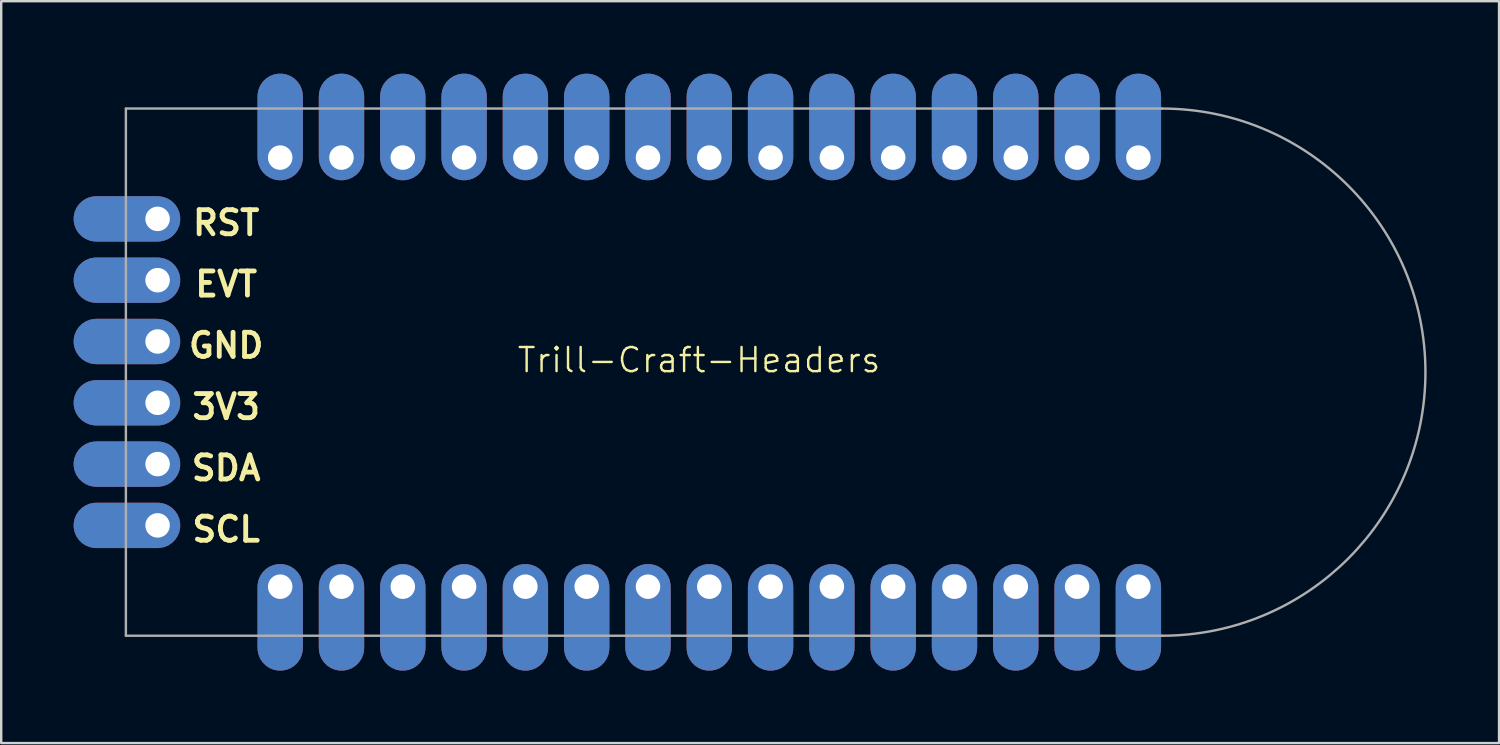
<source format=kicad_pcb>
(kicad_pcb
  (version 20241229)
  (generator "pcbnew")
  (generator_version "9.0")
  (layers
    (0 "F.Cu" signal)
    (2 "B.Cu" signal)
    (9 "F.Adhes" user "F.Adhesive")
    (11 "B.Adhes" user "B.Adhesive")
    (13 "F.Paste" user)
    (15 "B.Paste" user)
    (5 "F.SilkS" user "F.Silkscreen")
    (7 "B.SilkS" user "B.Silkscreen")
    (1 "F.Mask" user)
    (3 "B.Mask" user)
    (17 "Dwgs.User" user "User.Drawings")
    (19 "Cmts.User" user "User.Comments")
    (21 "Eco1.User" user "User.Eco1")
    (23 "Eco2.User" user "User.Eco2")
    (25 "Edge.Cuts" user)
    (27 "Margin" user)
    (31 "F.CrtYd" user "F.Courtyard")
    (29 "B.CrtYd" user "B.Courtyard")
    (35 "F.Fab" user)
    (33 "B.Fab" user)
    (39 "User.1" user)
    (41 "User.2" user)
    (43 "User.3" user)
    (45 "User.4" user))
  (footprint "Trill-Craft-Headers"
    (layer "F.Cu")
    (at 25.915 12.37)
    (property "Reference" "Trill-Craft-Headers" (at 0 -0.5 0) (unlocked yes) (layer "F.SilkS") (effects (font (size 1 1) (thickness 0.1))))
    (attr through_hole)
    (fp_line (start -23.749 -10.922) (end 19.177 -10.922) (stroke (width 0.1) (type default)) (layer "F.Fab"))
    (fp_line (start -23.749 10.922) (end -23.749 -10.922) (stroke (width 0.1) (type default)) (layer "F.Fab"))
    (fp_line (start 19.177 10.922) (end -23.749 10.922) (stroke (width 0.1) (type default)) (layer "F.Fab"))
    (fp_arc (start 19.177 -10.922) (mid 30.099 0) (end 19.177 10.922) (stroke (width 0.1) (type default)) (layer "F.Fab"))
    (fp_text user "SCL" (at -21.106 7.1 0) (unlocked yes) (layer "F.SilkS") (effects (font (size 1 1) (thickness 0.2) (bold yes)) (justify left bottom)))
    (fp_text user "3V3" (at -21.106 2.02 0) (unlocked yes) (layer "F.SilkS") (effects (font (size 1 1) (thickness 0.2) (bold yes)) (justify left bottom)))
    (fp_text user "GND" (at -21.249 -0.52 0) (unlocked yes) (layer "F.SilkS") (effects (font (size 1 1) (thickness 0.2) (bold yes)) (justify left bottom)))
    (fp_text user "RST" (at -21.082 -5.6 0) (unlocked yes) (layer "F.SilkS") (effects (font (size 1 1) (thickness 0.2) (bold yes)) (justify left bottom)))
    (fp_text user "EVT" (at -20.987 -3.06 0) (unlocked yes) (layer "F.SilkS") (effects (font (size 1 1) (thickness 0.2) (bold yes)) (justify left bottom)))
    (fp_text user "SDA" (at -21.13 4.56 0) (unlocked yes) (layer "F.SilkS") (effects (font (size 1 1) (thickness 0.2) (bold yes)) (justify left bottom)))
    (pad "0" thru_hole custom (at -17.355 8.89 90) (size 1.88 1.88) (drill 1.016) (layers "*.Cu" "*.Mask") (options (anchor circle)) (primitives (gr_rect (start -2.54 -0.94) (end 0 0.94) (width 0) (fill yes)) (gr_circle (center -2.54 0) (end -1.6 0) (width 0) (fill yes))))
    (pad "1" thru_hole custom (at -14.815 8.89 90) (size 1.88 1.88) (drill 1.016) (layers "*.Cu" "*.Mask") (options (anchor circle)) (primitives (gr_rect (start -2.54 -0.94) (end 0 0.94) (width 0) (fill yes)) (gr_circle (center -2.54 0) (end -1.6 0) (width 0) (fill yes))))
    (pad "2" thru_hole custom (at -12.275 8.89 90) (size 1.88 1.88) (drill 1.016) (layers "*.Cu" "*.Mask") (options (anchor circle)) (primitives (gr_rect (start -2.54 -0.94) (end 0 0.94) (width 0) (fill yes)) (gr_circle (center -2.54 0) (end -1.6 0) (width 0) (fill yes))))
    (pad "3" thru_hole custom (at -9.735 8.89 90) (size 1.88 1.88) (drill 1.016) (layers "*.Cu" "*.Mask") (options (anchor circle)) (primitives (gr_rect (start -2.54 -0.94) (end 0 0.94) (width 0) (fill yes)) (gr_circle (center -2.54 0) (end -1.6 0) (width 0) (fill yes))))
    (pad "4" thru_hole custom (at -7.195 8.89 90) (size 1.88 1.88) (drill 1.016) (layers "*.Cu" "*.Mask") (options (anchor circle)) (primitives (gr_rect (start -2.54 -0.94) (end 0 0.94) (width 0) (fill yes)) (gr_circle (center -2.54 0) (end -1.6 0) (width 0) (fill yes))))
    (pad "5" thru_hole custom (at -4.655 8.89 90) (size 1.88 1.88) (drill 1.016) (layers "*.Cu" "*.Mask") (options (anchor circle)) (primitives (gr_rect (start -2.54 -0.94) (end 0 0.94) (width 0) (fill yes)) (gr_circle (center -2.54 0) (end -1.6 0) (width 0) (fill yes))))
    (pad "6" thru_hole custom (at -2.115 8.89 90) (size 1.88 1.88) (drill 1.016) (layers "*.Cu" "*.Mask") (options (anchor circle)) (primitives (gr_rect (start -2.54 -0.94) (end 0 0.94) (width 0) (fill yes)) (gr_circle (center -2.54 0) (end -1.6 0) (width 0) (fill yes))))
    (pad "7" thru_hole custom (at 0.425 8.89 90) (size 1.88 1.88) (drill 1.016) (layers "*.Cu" "*.Mask") (options (anchor circle)) (primitives (gr_rect (start -2.54 -0.94) (end 0 0.94) (width 0) (fill yes)) (gr_circle (center -2.54 0) (end -1.6 0) (width 0) (fill yes))))
    (pad "8" thru_hole custom (at 2.965 8.89 90) (size 1.88 1.88) (drill 1.016) (layers "*.Cu" "*.Mask") (options (anchor circle)) (primitives (gr_rect (start -2.54 -0.94) (end 0 0.94) (width 0) (fill yes)) (gr_circle (center -2.54 0) (end -1.6 0) (width 0) (fill yes))))
    (pad "9" thru_hole custom (at 5.505 8.89 90) (size 1.88 1.88) (drill 1.016) (layers "*.Cu" "*.Mask") (options (anchor circle)) (primitives (gr_rect (start -2.54 -0.94) (end 0 0.94) (width 0) (fill yes)) (gr_circle (center -2.54 0) (end -1.6 0) (width 0) (fill yes))))
    (pad "10" thru_hole custom (at 8.045 8.89 90) (size 1.88 1.88) (drill 1.016) (layers "*.Cu" "*.Mask") (options (anchor circle)) (primitives (gr_rect (start -2.54 -0.94) (end 0 0.94) (width 0) (fill yes)) (gr_circle (center -2.54 0) (end -1.6 0) (width 0) (fill yes))))
    (pad "11" thru_hole custom (at 10.585 8.89 90) (size 1.88 1.88) (drill 1.016) (layers "*.Cu" "*.Mask") (options (anchor circle)) (primitives (gr_rect (start -2.54 -0.94) (end 0 0.94) (width 0) (fill yes)) (gr_circle (center -2.54 0) (end -1.6 0) (width 0) (fill yes))))
    (pad "12" thru_hole custom (at 13.125 8.89 90) (size 1.88 1.88) (drill 1.016) (layers "*.Cu" "*.Mask") (options (anchor circle)) (primitives (gr_rect (start -2.54 -0.94) (end 0 0.94) (width 0) (fill yes)) (gr_circle (center -2.54 0) (end -1.6 0) (width 0) (fill yes))))
    (pad "13" thru_hole custom (at 15.665 8.89 90) (size 1.88 1.88) (drill 1.016) (layers "*.Cu" "*.Mask") (options (anchor circle)) (primitives (gr_rect (start -2.54 -0.94) (end 0 0.94) (width 0) (fill yes)) (gr_circle (center -2.54 0) (end -1.6 0) (width 0) (fill yes))))
    (pad "14" thru_hole custom (at 18.205 8.89 90) (size 1.88 1.88) (drill 1.016) (layers "*.Cu" "*.Mask") (options (anchor circle)) (primitives (gr_rect (start -2.54 -0.94) (end 0 0.94) (width 0) (fill yes)) (gr_circle (center -2.54 0) (end -1.6 0) (width 0) (fill yes))))
    (pad "15" thru_hole custom (at 18.205 -8.89 270) (size 1.88 1.88) (drill 1.016) (layers "*.Cu" "*.Mask") (options (anchor circle)) (primitives (gr_rect (start -2.54 -0.94) (end 0 0.94) (width 0) (fill yes)) (gr_circle (center -2.54 0) (end -1.6 0) (width 0) (fill yes))))
    (pad "16" thru_hole custom (at 15.665 -8.89 270) (size 1.88 1.88) (drill 1.016) (layers "*.Cu" "*.Mask") (options (anchor circle)) (primitives (gr_rect (start -2.54 -0.94) (end 0 0.94) (width 0) (fill yes)) (gr_circle (center -2.54 0) (end -1.6 0) (width 0) (fill yes))))
    (pad "17" thru_hole custom (at 13.125 -8.89 270) (size 1.88 1.88) (drill 1.016) (layers "*.Cu" "*.Mask") (options (anchor circle)) (primitives (gr_rect (start -2.54 -0.94) (end 0 0.94) (width 0) (fill yes)) (gr_circle (center -2.54 0) (end -1.6 0) (width 0) (fill yes))))
    (pad "18" thru_hole custom (at 10.585 -8.89 270) (size 1.88 1.88) (drill 1.016) (layers "*.Cu" "*.Mask") (options (anchor circle)) (primitives (gr_rect (start -2.54 -0.94) (end 0 0.94) (width 0) (fill yes)) (gr_circle (center -2.54 0) (end -1.6 0) (width 0) (fill yes))))
    (pad "19" thru_hole custom (at 8.045 -8.89 270) (size 1.88 1.88) (drill 1.016) (layers "*.Cu" "*.Mask") (options (anchor circle)) (primitives (gr_rect (start -2.54 -0.94) (end 0 0.94) (width 0) (fill yes)) (gr_circle (center -2.54 0) (end -1.6 0) (width 0) (fill yes))))
    (pad "20" thru_hole custom (at 5.505 -8.89 270) (size 1.88 1.88) (drill 1.016) (layers "*.Cu" "*.Mask") (options (anchor circle)) (primitives (gr_rect (start -2.54 -0.94) (end 0 0.94) (width 0) (fill yes)) (gr_circle (center -2.54 0) (end -1.6 0) (width 0) (fill yes))))
    (pad "21" thru_hole custom (at 2.965 -8.89 270) (size 1.88 1.88) (drill 1.016) (layers "*.Cu" "*.Mask") (options (anchor circle)) (primitives (gr_rect (start -2.54 -0.94) (end 0 0.94) (width 0) (fill yes)) (gr_circle (center -2.54 0) (end -1.6 0) (width 0) (fill yes))))
    (pad "22" thru_hole custom (at 0.425 -8.89 270) (size 1.88 1.88) (drill 1.016) (layers "*.Cu" "*.Mask") (options (anchor circle)) (primitives (gr_rect (start -2.54 -0.94) (end 0 0.94) (width 0) (fill yes)) (gr_circle (center -2.54 0) (end -1.6 0) (width 0) (fill yes))))
    (pad "23" thru_hole custom (at -2.115 -8.89 270) (size 1.88 1.88) (drill 1.016) (layers "*.Cu" "*.Mask") (options (anchor circle)) (primitives (gr_rect (start -2.54 -0.94) (end 0 0.94) (width 0) (fill yes)) (gr_circle (center -2.54 0) (end -1.6 0) (width 0) (fill yes))))
    (pad "24" thru_hole custom (at -4.655 -8.89 270) (size 1.88 1.88) (drill 1.016) (layers "*.Cu" "*.Mask") (options (anchor circle)) (primitives (gr_rect (start -2.54 -0.94) (end 0 0.94) (width 0) (fill yes)) (gr_circle (center -2.54 0) (end -1.6 0) (width 0) (fill yes))))
    (pad "25" thru_hole custom (at -7.195 -8.89 270) (size 1.88 1.88) (drill 1.016) (layers "*.Cu" "*.Mask") (options (anchor circle)) (primitives (gr_rect (start -2.54 -0.94) (end 0 0.94) (width 0) (fill yes)) (gr_circle (center -2.54 0) (end -1.6 0) (width 0) (fill yes))))
    (pad "26" thru_hole custom (at -9.735 -8.89 270) (size 1.88 1.88) (drill 1.016) (layers "*.Cu" "*.Mask") (options (anchor circle)) (primitives (gr_rect (start -2.54 -0.94) (end 0 0.94) (width 0) (fill yes)) (gr_circle (center -2.54 0) (end -1.6 0) (width 0) (fill yes))))
    (pad "27" thru_hole custom (at -12.275 -8.89 270) (size 1.88 1.88) (drill 1.016) (layers "*.Cu" "*.Mask") (options (anchor circle)) (primitives (gr_rect (start -2.54 -0.94) (end 0 0.94) (width 0) (fill yes)) (gr_circle (center -2.54 0) (end -1.6 0) (width 0) (fill yes))))
    (pad "28" thru_hole custom (at -14.815 -8.89 270) (size 1.88 1.88) (drill 1.016) (layers "*.Cu" "*.Mask") (options (anchor circle)) (primitives (gr_rect (start -2.54 -0.94) (end 0 0.94) (width 0) (fill yes)) (gr_circle (center -2.54 0) (end -1.6 0) (width 0) (fill yes))))
    (pad "29" thru_hole custom (at -17.355 -8.89 270) (size 1.88 1.88) (drill 1.016) (layers "*.Cu" "*.Mask") (options (anchor circle)) (primitives (gr_rect (start -2.54 -0.94) (end 0 0.94) (width 0) (fill yes)) (gr_circle (center -2.54 0) (end -1.6 0) (width 0) (fill yes))))
    (pad "30" thru_hole custom (at -22.435 -6.35) (size 1.88 1.88) (drill 1.016) (layers "*.Cu" "*.Mask") (options (anchor circle)) (primitives (gr_rect (start -2.54 -0.94) (end 0 0.94) (width 0) (fill yes)) (gr_circle (center -2.54 0) (end -1.6 0) (width 0) (fill yes))))
    (pad "31" thru_hole custom (at -22.435 -3.81) (size 1.88 1.88) (drill 1.016) (layers "*.Cu" "*.Mask") (options (anchor circle)) (primitives (gr_rect (start -2.54 -0.94) (end 0 0.94) (width 0) (fill yes)) (gr_circle (center -2.54 0) (end -1.6 0) (width 0) (fill yes))))
    (pad "32" thru_hole custom (at -22.435 -1.27) (size 1.88 1.88) (drill 1.016) (layers "*.Cu" "*.Mask") (options (anchor circle)) (primitives (gr_rect (start -2.54 -0.94) (end 0 0.94) (width 0) (fill yes)) (gr_circle (center -2.54 0) (end -1.6 0) (width 0) (fill yes))))
    (pad "33" thru_hole custom (at -22.435 1.27) (size 1.88 1.88) (drill 1.016) (layers "*.Cu" "*.Mask") (options (anchor circle)) (primitives (gr_rect (start -2.54 -0.94) (end 0 0.94) (width 0) (fill yes)) (gr_circle (center -2.54 0) (end -1.6 0) (width 0) (fill yes))))
    (pad "34" thru_hole custom (at -22.435 3.81) (size 1.88 1.88) (drill 1.016) (layers "*.Cu" "*.Mask") (options (anchor circle)) (primitives (gr_rect (start -2.54 -0.94) (end 0 0.94) (width 0) (fill yes)) (gr_circle (center -2.54 0) (end -1.6 0) (width 0) (fill yes))))
    (pad "35" thru_hole custom (at -22.435 6.35) (size 1.88 1.88) (drill 1.016) (layers "*.Cu" "*.Mask") (options (anchor circle)) (primitives (gr_rect (start -2.54 -0.94) (end 0 0.94) (width 0) (fill yes)) (gr_circle (center -2.54 0) (end -1.6 0) (width 0) (fill yes)))))
  (gr_rect
    (start -3 -3)
    (end 59.064 27.74)
    (stroke (width 0.1) (type default))
    (fill no)
    (layer "Edge.Cuts")))
</source>
